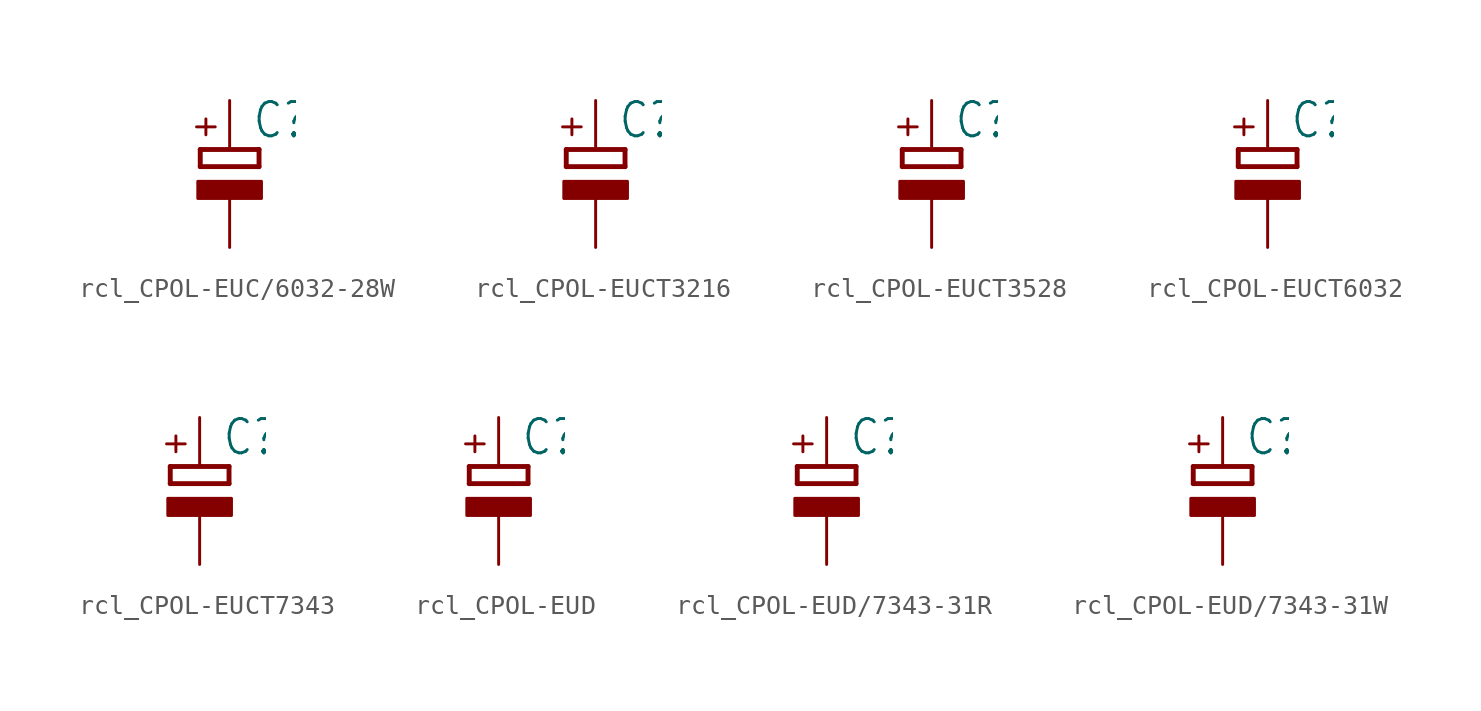
<source format=kicad_sym>
(kicad_symbol_lib
  (version 20231120)
  (generator "kicad_symbol_editor")
  (generator_version "8.0")
  (symbol "rcl_CPOL-EUC/6032-28W"
    (property "Reference" "C"
      (at 1.143 0.483 0)
      (effects (font (size 1.778 1.511)) (justify left bottom)))
    (property "Value" ""
      (at 1.143 -4.597 0)
      (effects (font (size 1.778 1.511)) (justify left bottom)))
    (property "ki_locked" ""
      (at 0 0 0)
      (effects (font (size 1.27 1.27))))
    (symbol "rcl_CPOL-EUC/6032-28W_1_0"
      (rectangle (start -1.651 -2.54) (end 1.651 -1.651) (stroke (width 0) (type default)) (fill (type outline)))
      (polyline (pts (xy -1.524 -0.889) (xy 1.524 -0.889)) (stroke (width 0.254) (type solid)) (fill (type none)))
      (polyline (pts (xy -1.524 0) (xy -1.524 -0.889)) (stroke (width 0.254) (type solid)) (fill (type none)))
      (polyline (pts (xy -1.524 0) (xy 1.524 0)) (stroke (width 0.254) (type solid)) (fill (type none)))
      (polyline (pts (xy 1.524 -0.889) (xy 1.524 0)) (stroke (width 0.254) (type solid)) (fill (type none)))
      (text "+" (at -0.584 0.406 900) (effects (font (size 1.27 1.079)) (justify left bottom)))
      (pin passive line (at 0 2.54 270) (length 2.54) (name "+" (effects (font (size 0 0)))) (number "+" (effects (font (size 0 0)))))
      (pin passive line (at 0 -5.08 90) (length 2.54) (name "-" (effects (font (size 0 0)))) (number "-" (effects (font (size 0 0)))))))
  (symbol "rcl_CPOL-EUCT3216"
    (property "Reference" "C"
      (at 1.143 0.483 0)
      (effects (font (size 1.778 1.511)) (justify left bottom)))
    (property "Value" ""
      (at 1.143 -4.597 0)
      (effects (font (size 1.778 1.511)) (justify left bottom)))
    (property "ki_locked" ""
      (at 0 0 0)
      (effects (font (size 1.27 1.27))))
    (symbol "rcl_CPOL-EUCT3216_1_0"
      (rectangle (start -1.651 -2.54) (end 1.651 -1.651) (stroke (width 0) (type default)) (fill (type outline)))
      (polyline (pts (xy -1.524 -0.889) (xy 1.524 -0.889)) (stroke (width 0.254) (type solid)) (fill (type none)))
      (polyline (pts (xy -1.524 0) (xy -1.524 -0.889)) (stroke (width 0.254) (type solid)) (fill (type none)))
      (polyline (pts (xy -1.524 0) (xy 1.524 0)) (stroke (width 0.254) (type solid)) (fill (type none)))
      (polyline (pts (xy 1.524 -0.889) (xy 1.524 0)) (stroke (width 0.254) (type solid)) (fill (type none)))
      (text "+" (at -0.584 0.406 900) (effects (font (size 1.27 1.079)) (justify left bottom)))
      (pin passive line (at 0 2.54 270) (length 2.54) (name "+" (effects (font (size 0 0)))) (number "+" (effects (font (size 0 0)))))
      (pin passive line (at 0 -5.08 90) (length 2.54) (name "-" (effects (font (size 0 0)))) (number "-" (effects (font (size 0 0)))))))
  (symbol "rcl_CPOL-EUCT3528"
    (property "Reference" "C"
      (at 1.143 0.483 0)
      (effects (font (size 1.778 1.511)) (justify left bottom)))
    (property "Value" ""
      (at 1.143 -4.597 0)
      (effects (font (size 1.778 1.511)) (justify left bottom)))
    (property "ki_locked" ""
      (at 0 0 0)
      (effects (font (size 1.27 1.27))))
    (symbol "rcl_CPOL-EUCT3528_1_0"
      (rectangle (start -1.651 -2.54) (end 1.651 -1.651) (stroke (width 0) (type default)) (fill (type outline)))
      (polyline (pts (xy -1.524 -0.889) (xy 1.524 -0.889)) (stroke (width 0.254) (type solid)) (fill (type none)))
      (polyline (pts (xy -1.524 0) (xy -1.524 -0.889)) (stroke (width 0.254) (type solid)) (fill (type none)))
      (polyline (pts (xy -1.524 0) (xy 1.524 0)) (stroke (width 0.254) (type solid)) (fill (type none)))
      (polyline (pts (xy 1.524 -0.889) (xy 1.524 0)) (stroke (width 0.254) (type solid)) (fill (type none)))
      (text "+" (at -0.584 0.406 900) (effects (font (size 1.27 1.079)) (justify left bottom)))
      (pin passive line (at 0 2.54 270) (length 2.54) (name "+" (effects (font (size 0 0)))) (number "+" (effects (font (size 0 0)))))
      (pin passive line (at 0 -5.08 90) (length 2.54) (name "-" (effects (font (size 0 0)))) (number "-" (effects (font (size 0 0)))))))
  (symbol "rcl_CPOL-EUCT6032"
    (property "Reference" "C"
      (at 1.143 0.483 0)
      (effects (font (size 1.778 1.511)) (justify left bottom)))
    (property "Value" ""
      (at 1.143 -4.597 0)
      (effects (font (size 1.778 1.511)) (justify left bottom)))
    (property "ki_locked" ""
      (at 0 0 0)
      (effects (font (size 1.27 1.27))))
    (symbol "rcl_CPOL-EUCT6032_1_0"
      (rectangle (start -1.651 -2.54) (end 1.651 -1.651) (stroke (width 0) (type default)) (fill (type outline)))
      (polyline (pts (xy -1.524 -0.889) (xy 1.524 -0.889)) (stroke (width 0.254) (type solid)) (fill (type none)))
      (polyline (pts (xy -1.524 0) (xy -1.524 -0.889)) (stroke (width 0.254) (type solid)) (fill (type none)))
      (polyline (pts (xy -1.524 0) (xy 1.524 0)) (stroke (width 0.254) (type solid)) (fill (type none)))
      (polyline (pts (xy 1.524 -0.889) (xy 1.524 0)) (stroke (width 0.254) (type solid)) (fill (type none)))
      (text "+" (at -0.584 0.406 900) (effects (font (size 1.27 1.079)) (justify left bottom)))
      (pin passive line (at 0 2.54 270) (length 2.54) (name "+" (effects (font (size 0 0)))) (number "+" (effects (font (size 0 0)))))
      (pin passive line (at 0 -5.08 90) (length 2.54) (name "-" (effects (font (size 0 0)))) (number "-" (effects (font (size 0 0)))))))
  (symbol "rcl_CPOL-EUCT7343"
    (property "Reference" "C"
      (at 1.143 0.483 0)
      (effects (font (size 1.778 1.511)) (justify left bottom)))
    (property "Value" ""
      (at 1.143 -4.597 0)
      (effects (font (size 1.778 1.511)) (justify left bottom)))
    (property "ki_locked" ""
      (at 0 0 0)
      (effects (font (size 1.27 1.27))))
    (symbol "rcl_CPOL-EUCT7343_1_0"
      (rectangle (start -1.651 -2.54) (end 1.651 -1.651) (stroke (width 0) (type default)) (fill (type outline)))
      (polyline (pts (xy -1.524 -0.889) (xy 1.524 -0.889)) (stroke (width 0.254) (type solid)) (fill (type none)))
      (polyline (pts (xy -1.524 0) (xy -1.524 -0.889)) (stroke (width 0.254) (type solid)) (fill (type none)))
      (polyline (pts (xy -1.524 0) (xy 1.524 0)) (stroke (width 0.254) (type solid)) (fill (type none)))
      (polyline (pts (xy 1.524 -0.889) (xy 1.524 0)) (stroke (width 0.254) (type solid)) (fill (type none)))
      (text "+" (at -0.584 0.406 900) (effects (font (size 1.27 1.079)) (justify left bottom)))
      (pin passive line (at 0 2.54 270) (length 2.54) (name "+" (effects (font (size 0 0)))) (number "+" (effects (font (size 0 0)))))
      (pin passive line (at 0 -5.08 90) (length 2.54) (name "-" (effects (font (size 0 0)))) (number "-" (effects (font (size 0 0)))))))
  (symbol "rcl_CPOL-EUD"
    (property "Reference" "C"
      (at 1.143 0.483 0)
      (effects (font (size 1.778 1.511)) (justify left bottom)))
    (property "Value" ""
      (at 1.143 -4.597 0)
      (effects (font (size 1.778 1.511)) (justify left bottom)))
    (property "ki_locked" ""
      (at 0 0 0)
      (effects (font (size 1.27 1.27))))
    (symbol "rcl_CPOL-EUD_1_0"
      (rectangle (start -1.651 -2.54) (end 1.651 -1.651) (stroke (width 0) (type default)) (fill (type outline)))
      (polyline (pts (xy -1.524 -0.889) (xy 1.524 -0.889)) (stroke (width 0.254) (type solid)) (fill (type none)))
      (polyline (pts (xy -1.524 0) (xy -1.524 -0.889)) (stroke (width 0.254) (type solid)) (fill (type none)))
      (polyline (pts (xy -1.524 0) (xy 1.524 0)) (stroke (width 0.254) (type solid)) (fill (type none)))
      (polyline (pts (xy 1.524 -0.889) (xy 1.524 0)) (stroke (width 0.254) (type solid)) (fill (type none)))
      (text "+" (at -0.584 0.406 900) (effects (font (size 1.27 1.079)) (justify left bottom)))
      (pin passive line (at 0 2.54 270) (length 2.54) (name "+" (effects (font (size 0 0)))) (number "+" (effects (font (size 0 0)))))
      (pin passive line (at 0 -5.08 90) (length 2.54) (name "-" (effects (font (size 0 0)))) (number "-" (effects (font (size 0 0)))))))
  (symbol "rcl_CPOL-EUD/7343-31R"
    (property "Reference" "C"
      (at 1.143 0.483 0)
      (effects (font (size 1.778 1.511)) (justify left bottom)))
    (property "Value" ""
      (at 1.143 -4.597 0)
      (effects (font (size 1.778 1.511)) (justify left bottom)))
    (property "ki_locked" ""
      (at 0 0 0)
      (effects (font (size 1.27 1.27))))
    (symbol "rcl_CPOL-EUD/7343-31R_1_0"
      (rectangle (start -1.651 -2.54) (end 1.651 -1.651) (stroke (width 0) (type default)) (fill (type outline)))
      (polyline (pts (xy -1.524 -0.889) (xy 1.524 -0.889)) (stroke (width 0.254) (type solid)) (fill (type none)))
      (polyline (pts (xy -1.524 0) (xy -1.524 -0.889)) (stroke (width 0.254) (type solid)) (fill (type none)))
      (polyline (pts (xy -1.524 0) (xy 1.524 0)) (stroke (width 0.254) (type solid)) (fill (type none)))
      (polyline (pts (xy 1.524 -0.889) (xy 1.524 0)) (stroke (width 0.254) (type solid)) (fill (type none)))
      (text "+" (at -0.584 0.406 900) (effects (font (size 1.27 1.079)) (justify left bottom)))
      (pin passive line (at 0 2.54 270) (length 2.54) (name "+" (effects (font (size 0 0)))) (number "+" (effects (font (size 0 0)))))
      (pin passive line (at 0 -5.08 90) (length 2.54) (name "-" (effects (font (size 0 0)))) (number "-" (effects (font (size 0 0)))))))
  (symbol "rcl_CPOL-EUD/7343-31W"
    (property "Reference" "C"
      (at 1.143 0.483 0)
      (effects (font (size 1.778 1.511)) (justify left bottom)))
    (property "Value" ""
      (at 1.143 -4.597 0)
      (effects (font (size 1.778 1.511)) (justify left bottom)))
    (property "ki_locked" ""
      (at 0 0 0)
      (effects (font (size 1.27 1.27))))
    (symbol "rcl_CPOL-EUD/7343-31W_1_0"
      (rectangle (start -1.651 -2.54) (end 1.651 -1.651) (stroke (width 0) (type default)) (fill (type outline)))
      (polyline (pts (xy -1.524 -0.889) (xy 1.524 -0.889)) (stroke (width 0.254) (type solid)) (fill (type none)))
      (polyline (pts (xy -1.524 0) (xy -1.524 -0.889)) (stroke (width 0.254) (type solid)) (fill (type none)))
      (polyline (pts (xy -1.524 0) (xy 1.524 0)) (stroke (width 0.254) (type solid)) (fill (type none)))
      (polyline (pts (xy 1.524 -0.889) (xy 1.524 0)) (stroke (width 0.254) (type solid)) (fill (type none)))
      (text "+" (at -0.584 0.406 900) (effects (font (size 1.27 1.079)) (justify left bottom)))
      (pin passive line (at 0 2.54 270) (length 2.54) (name "+" (effects (font (size 0 0)))) (number "+" (effects (font (size 0 0)))))
      (pin passive line (at 0 -5.08 90) (length 2.54) (name "-" (effects (font (size 0 0)))) (number "-" (effects (font (size 0 0))))))))
</source>
